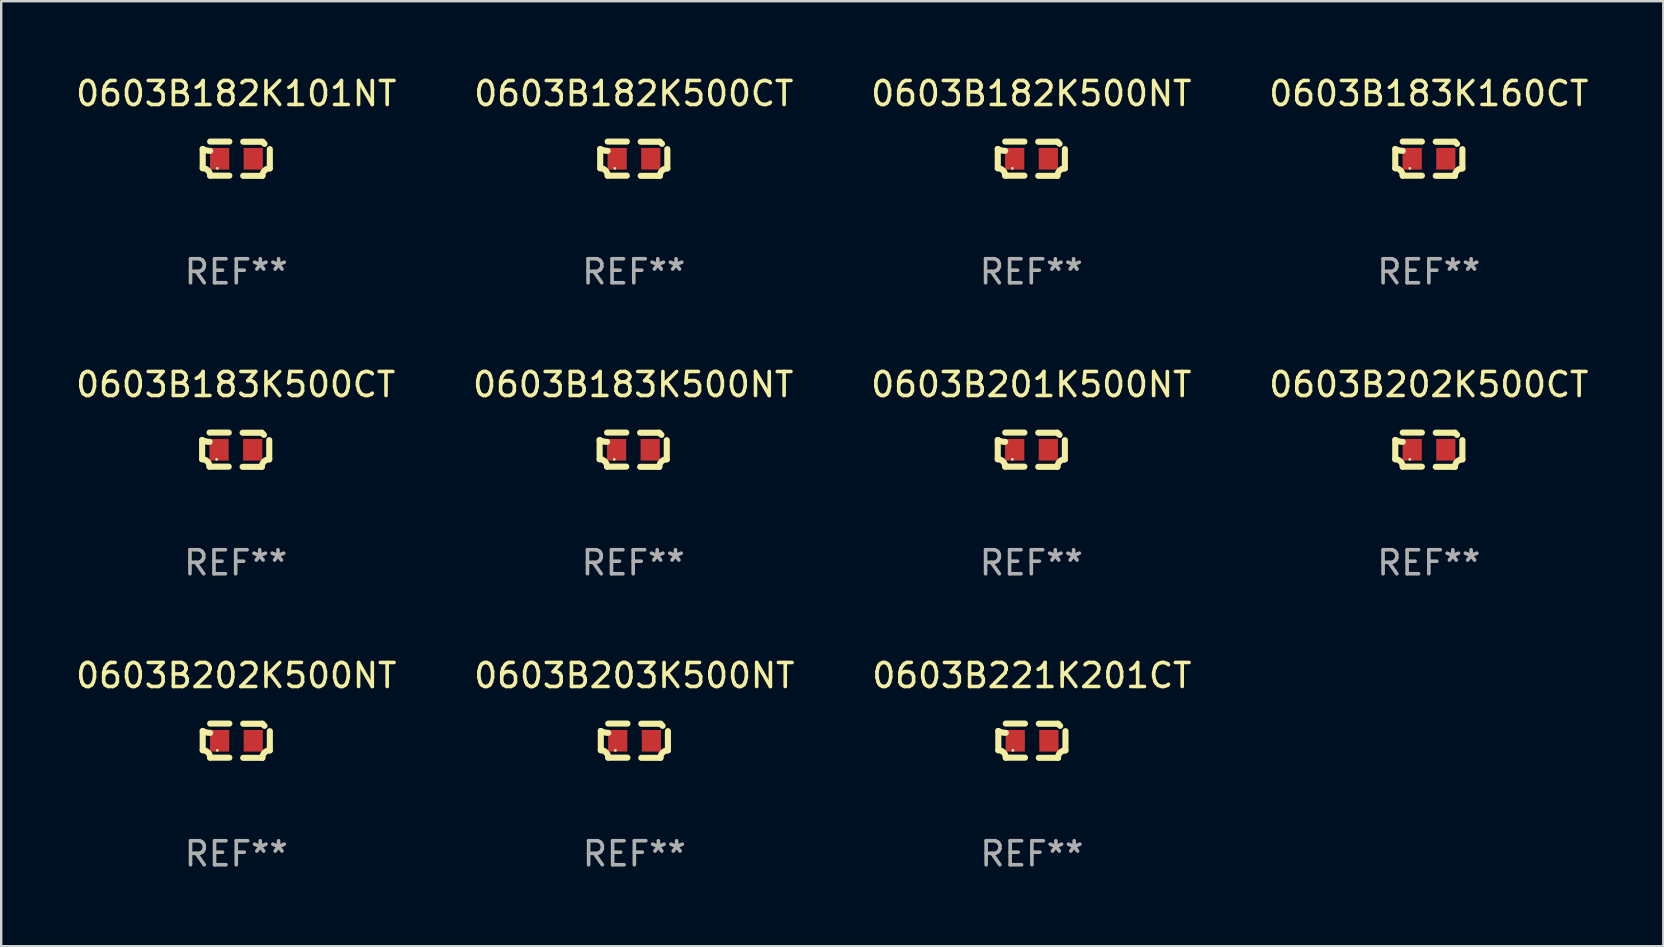
<source format=kicad_pcb>
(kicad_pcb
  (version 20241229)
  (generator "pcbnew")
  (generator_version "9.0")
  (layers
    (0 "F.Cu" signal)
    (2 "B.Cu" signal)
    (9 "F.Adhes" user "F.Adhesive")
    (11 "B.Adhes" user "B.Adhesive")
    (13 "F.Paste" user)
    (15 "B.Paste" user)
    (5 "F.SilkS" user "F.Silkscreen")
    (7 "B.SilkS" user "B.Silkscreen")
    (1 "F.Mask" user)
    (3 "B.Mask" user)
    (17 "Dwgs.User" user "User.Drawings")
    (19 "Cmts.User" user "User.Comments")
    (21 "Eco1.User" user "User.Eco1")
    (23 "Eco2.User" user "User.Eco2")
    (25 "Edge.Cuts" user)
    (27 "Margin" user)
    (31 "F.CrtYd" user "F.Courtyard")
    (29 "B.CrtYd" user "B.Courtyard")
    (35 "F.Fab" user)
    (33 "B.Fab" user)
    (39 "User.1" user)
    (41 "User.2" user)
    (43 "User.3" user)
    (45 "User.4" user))
  (footprint "0603B183K160CT"
    (layer "F.Cu")
    (at 56.47 3.561)
    (property "Reference" "0603B183K160CT" (at 0 -2.713 0) (layer "F.SilkS") (effects (font (size 1 1) (thickness 0.15))))
    (attr through_hole)
    (fp_line (start -1.398 -0.403) (end -1.398 0.397) (stroke (width 0.254) (type solid)) (layer "F.SilkS"))
    (fp_line (start -0.288 -0.713) (end -1.088 -0.713) (stroke (width 0.254) (type solid)) (layer "F.SilkS"))
    (fp_line (start -0.288 0.707) (end -1.088 0.707) (stroke (width 0.254) (type solid)) (layer "F.SilkS"))
    (fp_line (start 0.288 -0.707) (end 1.088 -0.707) (stroke (width 0.254) (type solid)) (layer "F.SilkS"))
    (fp_line (start 0.288 0.713) (end 1.088 0.713) (stroke (width 0.254) (type solid)) (layer "F.SilkS"))
    (fp_line (start 1.398 -0.397) (end 1.398 0.403) (stroke (width 0.254) (type solid)) (layer "F.SilkS"))
    (fp_arc (start -1.397789 0.397066) (mid -1.178701 0.487826) (end -1.08796 0.706922) (stroke (width 0.254001) (type solid)) (layer "F.SilkS"))
    (fp_arc (start -1.08796 -0.327176) (mid -1.247436 -0.346384) (end -1.39779 -0.402908) (stroke (width 0.254001) (type solid)) (layer "F.SilkS"))
    (fp_arc (start 1.087909 0.712738) (mid 1.178656 0.493655) (end 1.397739 0.402908) (stroke (width 0.254001) (type solid)) (layer "F.SilkS"))
    (fp_arc (start 1.175925 -0.618926) (mid 1.131917 -0.662923) (end 1.08791 -0.706922) (stroke (width 0.254001) (type solid)) (layer "F.SilkS"))
    (fp_circle (center -0.792 0.403) (end -0.762 0.403) (stroke (width 0.06) (type solid)) (fill no) (layer "F.SilkS"))
    (fp_text user "REF**" (at 0 4.713 0) (layer "F.Fab") (effects (font (size 1 1) (thickness 0.15))))
    (pad "1" smd rect (at -0.692 0.003) (size 0.8 0.9) (layers "F.Cu" "F.Mask" "F.Paste"))
    (pad "2" smd rect (at 0.708 0.003) (size 0.8 0.9) (layers "F.Cu" "F.Mask" "F.Paste")))
  (footprint "0603B183K500NT"
    (layer "F.Cu")
    (at 23.327 15.683)
    (property "Reference" "0603B183K500NT" (at 0 -2.713 0) (layer "F.SilkS") (effects (font (size 1 1) (thickness 0.15))))
    (attr through_hole)
    (fp_line (start -1.398 -0.403) (end -1.398 0.397) (stroke (width 0.254) (type solid)) (layer "F.SilkS"))
    (fp_line (start -0.288 -0.713) (end -1.088 -0.713) (stroke (width 0.254) (type solid)) (layer "F.SilkS"))
    (fp_line (start -0.288 0.707) (end -1.088 0.707) (stroke (width 0.254) (type solid)) (layer "F.SilkS"))
    (fp_line (start 0.288 -0.707) (end 1.088 -0.707) (stroke (width 0.254) (type solid)) (layer "F.SilkS"))
    (fp_line (start 0.288 0.713) (end 1.088 0.713) (stroke (width 0.254) (type solid)) (layer "F.SilkS"))
    (fp_line (start 1.398 -0.397) (end 1.398 0.403) (stroke (width 0.254) (type solid)) (layer "F.SilkS"))
    (fp_arc (start -1.397789 0.397066) (mid -1.178701 0.487826) (end -1.08796 0.706922) (stroke (width 0.254001) (type solid)) (layer "F.SilkS"))
    (fp_arc (start -1.08796 -0.327176) (mid -1.247436 -0.346384) (end -1.39779 -0.402908) (stroke (width 0.254001) (type solid)) (layer "F.SilkS"))
    (fp_arc (start 1.087909 0.712738) (mid 1.178656 0.493655) (end 1.397739 0.402908) (stroke (width 0.254001) (type solid)) (layer "F.SilkS"))
    (fp_arc (start 1.175925 -0.618926) (mid 1.131917 -0.662923) (end 1.08791 -0.706922) (stroke (width 0.254001) (type solid)) (layer "F.SilkS"))
    (fp_circle (center -0.792 0.403) (end -0.762 0.403) (stroke (width 0.06) (type solid)) (fill no) (layer "F.SilkS"))
    (fp_text user "REF**" (at 0 4.713 0) (layer "F.Fab") (effects (font (size 1 1) (thickness 0.15))))
    (pad "1" smd rect (at -0.692 0.003) (size 0.8 0.9) (layers "F.Cu" "F.Mask" "F.Paste"))
    (pad "2" smd rect (at 0.708 0.003) (size 0.8 0.9) (layers "F.Cu" "F.Mask" "F.Paste")))
  (footprint "0603B202K500CT"
    (layer "F.Cu")
    (at 56.47 15.683)
    (property "Reference" "0603B202K500CT" (at 0 -2.713 0) (layer "F.SilkS") (effects (font (size 1 1) (thickness 0.15))))
    (attr through_hole)
    (fp_line (start -1.398 -0.403) (end -1.398 0.397) (stroke (width 0.254) (type solid)) (layer "F.SilkS"))
    (fp_line (start -0.288 -0.713) (end -1.088 -0.713) (stroke (width 0.254) (type solid)) (layer "F.SilkS"))
    (fp_line (start -0.288 0.707) (end -1.088 0.707) (stroke (width 0.254) (type solid)) (layer "F.SilkS"))
    (fp_line (start 0.288 -0.707) (end 1.088 -0.707) (stroke (width 0.254) (type solid)) (layer "F.SilkS"))
    (fp_line (start 0.288 0.713) (end 1.088 0.713) (stroke (width 0.254) (type solid)) (layer "F.SilkS"))
    (fp_line (start 1.398 -0.397) (end 1.398 0.403) (stroke (width 0.254) (type solid)) (layer "F.SilkS"))
    (fp_arc (start -1.397789 0.397066) (mid -1.178701 0.487826) (end -1.08796 0.706922) (stroke (width 0.254001) (type solid)) (layer "F.SilkS"))
    (fp_arc (start -1.08796 -0.327176) (mid -1.247436 -0.346384) (end -1.39779 -0.402908) (stroke (width 0.254001) (type solid)) (layer "F.SilkS"))
    (fp_arc (start 1.087909 0.712738) (mid 1.178656 0.493655) (end 1.397739 0.402908) (stroke (width 0.254001) (type solid)) (layer "F.SilkS"))
    (fp_arc (start 1.175925 -0.618926) (mid 1.131917 -0.662923) (end 1.08791 -0.706922) (stroke (width 0.254001) (type solid)) (layer "F.SilkS"))
    (fp_circle (center -0.792 0.403) (end -0.762 0.403) (stroke (width 0.06) (type solid)) (fill no) (layer "F.SilkS"))
    (fp_text user "REF**" (at 0 4.713 0) (layer "F.Fab") (effects (font (size 1 1) (thickness 0.15))))
    (pad "1" smd rect (at -0.692 0.003) (size 0.8 0.9) (layers "F.Cu" "F.Mask" "F.Paste"))
    (pad "2" smd rect (at 0.708 0.003) (size 0.8 0.9) (layers "F.Cu" "F.Mask" "F.Paste")))
  (footprint "0603B183K500CT"
    (layer "F.Cu")
    (at 6.768 15.683)
    (property "Reference" "0603B183K500CT" (at 0 -2.713 0) (layer "F.SilkS") (effects (font (size 1 1) (thickness 0.15))))
    (attr through_hole)
    (fp_line (start -1.398 -0.403) (end -1.398 0.397) (stroke (width 0.254) (type solid)) (layer "F.SilkS"))
    (fp_line (start -0.288 -0.713) (end -1.088 -0.713) (stroke (width 0.254) (type solid)) (layer "F.SilkS"))
    (fp_line (start -0.288 0.707) (end -1.088 0.707) (stroke (width 0.254) (type solid)) (layer "F.SilkS"))
    (fp_line (start 0.288 -0.707) (end 1.088 -0.707) (stroke (width 0.254) (type solid)) (layer "F.SilkS"))
    (fp_line (start 0.288 0.713) (end 1.088 0.713) (stroke (width 0.254) (type solid)) (layer "F.SilkS"))
    (fp_line (start 1.398 -0.397) (end 1.398 0.403) (stroke (width 0.254) (type solid)) (layer "F.SilkS"))
    (fp_arc (start -1.397789 0.397066) (mid -1.178701 0.487826) (end -1.08796 0.706922) (stroke (width 0.254001) (type solid)) (layer "F.SilkS"))
    (fp_arc (start -1.08796 -0.327176) (mid -1.247436 -0.346384) (end -1.39779 -0.402908) (stroke (width 0.254001) (type solid)) (layer "F.SilkS"))
    (fp_arc (start 1.087909 0.712738) (mid 1.178656 0.493655) (end 1.397739 0.402908) (stroke (width 0.254001) (type solid)) (layer "F.SilkS"))
    (fp_arc (start 1.175925 -0.618926) (mid 1.131917 -0.662923) (end 1.08791 -0.706922) (stroke (width 0.254001) (type solid)) (layer "F.SilkS"))
    (fp_circle (center -0.792 0.403) (end -0.762 0.403) (stroke (width 0.06) (type solid)) (fill no) (layer "F.SilkS"))
    (fp_text user "REF**" (at 0 4.713 0) (layer "F.Fab") (effects (font (size 1 1) (thickness 0.15))))
    (pad "1" smd rect (at -0.692 0.003) (size 0.8 0.9) (layers "F.Cu" "F.Mask" "F.Paste"))
    (pad "2" smd rect (at 0.708 0.003) (size 0.8 0.9) (layers "F.Cu" "F.Mask" "F.Paste")))
  (footprint "0603B182K101NT"
    (layer "F.Cu")
    (at 6.792 3.561)
    (property "Reference" "0603B182K101NT" (at 0 -2.713 0) (layer "F.SilkS") (effects (font (size 1 1) (thickness 0.15))))
    (attr through_hole)
    (fp_line (start -1.398 -0.403) (end -1.398 0.397) (stroke (width 0.254) (type solid)) (layer "F.SilkS"))
    (fp_line (start -0.288 -0.713) (end -1.088 -0.713) (stroke (width 0.254) (type solid)) (layer "F.SilkS"))
    (fp_line (start -0.288 0.707) (end -1.088 0.707) (stroke (width 0.254) (type solid)) (layer "F.SilkS"))
    (fp_line (start 0.288 -0.707) (end 1.088 -0.707) (stroke (width 0.254) (type solid)) (layer "F.SilkS"))
    (fp_line (start 0.288 0.713) (end 1.088 0.713) (stroke (width 0.254) (type solid)) (layer "F.SilkS"))
    (fp_line (start 1.398 -0.397) (end 1.398 0.403) (stroke (width 0.254) (type solid)) (layer "F.SilkS"))
    (fp_arc (start -1.397789 0.397066) (mid -1.178701 0.487826) (end -1.08796 0.706922) (stroke (width 0.254001) (type solid)) (layer "F.SilkS"))
    (fp_arc (start -1.08796 -0.327176) (mid -1.247436 -0.346384) (end -1.39779 -0.402908) (stroke (width 0.254001) (type solid)) (layer "F.SilkS"))
    (fp_arc (start 1.087909 0.712738) (mid 1.178656 0.493655) (end 1.397739 0.402908) (stroke (width 0.254001) (type solid)) (layer "F.SilkS"))
    (fp_arc (start 1.175925 -0.618926) (mid 1.131917 -0.662923) (end 1.08791 -0.706922) (stroke (width 0.254001) (type solid)) (layer "F.SilkS"))
    (fp_circle (center -0.792 0.403) (end -0.762 0.403) (stroke (width 0.06) (type solid)) (fill no) (layer "F.SilkS"))
    (fp_text user "REF**" (at 0 4.713 0) (layer "F.Fab") (effects (font (size 1 1) (thickness 0.15))))
    (pad "1" smd rect (at -0.692 0.003) (size 0.8 0.9) (layers "F.Cu" "F.Mask" "F.Paste"))
    (pad "2" smd rect (at 0.708 0.003) (size 0.8 0.9) (layers "F.Cu" "F.Mask" "F.Paste")))
  (footprint "0603B203K500NT"
    (layer "F.Cu")
    (at 23.375 27.805)
    (property "Reference" "0603B203K500NT" (at 0 -2.713 0) (layer "F.SilkS") (effects (font (size 1 1) (thickness 0.15))))
    (attr through_hole)
    (fp_line (start -1.398 -0.403) (end -1.398 0.397) (stroke (width 0.254) (type solid)) (layer "F.SilkS"))
    (fp_line (start -0.288 -0.713) (end -1.088 -0.713) (stroke (width 0.254) (type solid)) (layer "F.SilkS"))
    (fp_line (start -0.288 0.707) (end -1.088 0.707) (stroke (width 0.254) (type solid)) (layer "F.SilkS"))
    (fp_line (start 0.288 -0.707) (end 1.088 -0.707) (stroke (width 0.254) (type solid)) (layer "F.SilkS"))
    (fp_line (start 0.288 0.713) (end 1.088 0.713) (stroke (width 0.254) (type solid)) (layer "F.SilkS"))
    (fp_line (start 1.398 -0.397) (end 1.398 0.403) (stroke (width 0.254) (type solid)) (layer "F.SilkS"))
    (fp_arc (start -1.397789 0.397066) (mid -1.178701 0.487826) (end -1.08796 0.706922) (stroke (width 0.254001) (type solid)) (layer "F.SilkS"))
    (fp_arc (start -1.08796 -0.327176) (mid -1.247436 -0.346384) (end -1.39779 -0.402908) (stroke (width 0.254001) (type solid)) (layer "F.SilkS"))
    (fp_arc (start 1.087909 0.712738) (mid 1.178656 0.493655) (end 1.397739 0.402908) (stroke (width 0.254001) (type solid)) (layer "F.SilkS"))
    (fp_arc (start 1.175925 -0.618926) (mid 1.131917 -0.662923) (end 1.08791 -0.706922) (stroke (width 0.254001) (type solid)) (layer "F.SilkS"))
    (fp_circle (center -0.792 0.403) (end -0.762 0.403) (stroke (width 0.06) (type solid)) (fill no) (layer "F.SilkS"))
    (fp_text user "REF**" (at 0 4.713 0) (layer "F.Fab") (effects (font (size 1 1) (thickness 0.15))))
    (pad "1" smd rect (at -0.692 0.003) (size 0.8 0.9) (layers "F.Cu" "F.Mask" "F.Paste"))
    (pad "2" smd rect (at 0.708 0.003) (size 0.8 0.9) (layers "F.Cu" "F.Mask" "F.Paste")))
  (footprint "0603B182K500NT"
    (layer "F.Cu")
    (at 39.911 3.561)
    (property "Reference" "0603B182K500NT" (at 0 -2.713 0) (layer "F.SilkS") (effects (font (size 1 1) (thickness 0.15))))
    (attr through_hole)
    (fp_line (start -1.398 -0.403) (end -1.398 0.397) (stroke (width 0.254) (type solid)) (layer "F.SilkS"))
    (fp_line (start -0.288 -0.713) (end -1.088 -0.713) (stroke (width 0.254) (type solid)) (layer "F.SilkS"))
    (fp_line (start -0.288 0.707) (end -1.088 0.707) (stroke (width 0.254) (type solid)) (layer "F.SilkS"))
    (fp_line (start 0.288 -0.707) (end 1.088 -0.707) (stroke (width 0.254) (type solid)) (layer "F.SilkS"))
    (fp_line (start 0.288 0.713) (end 1.088 0.713) (stroke (width 0.254) (type solid)) (layer "F.SilkS"))
    (fp_line (start 1.398 -0.397) (end 1.398 0.403) (stroke (width 0.254) (type solid)) (layer "F.SilkS"))
    (fp_arc (start -1.397789 0.397066) (mid -1.178701 0.487826) (end -1.08796 0.706922) (stroke (width 0.254001) (type solid)) (layer "F.SilkS"))
    (fp_arc (start -1.08796 -0.327176) (mid -1.247436 -0.346384) (end -1.39779 -0.402908) (stroke (width 0.254001) (type solid)) (layer "F.SilkS"))
    (fp_arc (start 1.087909 0.712738) (mid 1.178656 0.493655) (end 1.397739 0.402908) (stroke (width 0.254001) (type solid)) (layer "F.SilkS"))
    (fp_arc (start 1.175925 -0.618926) (mid 1.131917 -0.662923) (end 1.08791 -0.706922) (stroke (width 0.254001) (type solid)) (layer "F.SilkS"))
    (fp_circle (center -0.792 0.403) (end -0.762 0.403) (stroke (width 0.06) (type solid)) (fill no) (layer "F.SilkS"))
    (fp_text user "REF**" (at 0 4.713 0) (layer "F.Fab") (effects (font (size 1 1) (thickness 0.15))))
    (pad "1" smd rect (at -0.692 0.003) (size 0.8 0.9) (layers "F.Cu" "F.Mask" "F.Paste"))
    (pad "2" smd rect (at 0.708 0.003) (size 0.8 0.9) (layers "F.Cu" "F.Mask" "F.Paste")))
  (footprint "0603B202K500NT"
    (layer "F.Cu")
    (at 6.792 27.805)
    (property "Reference" "0603B202K500NT" (at 0 -2.713 0) (layer "F.SilkS") (effects (font (size 1 1) (thickness 0.15))))
    (attr through_hole)
    (fp_line (start -1.398 -0.403) (end -1.398 0.397) (stroke (width 0.254) (type solid)) (layer "F.SilkS"))
    (fp_line (start -0.288 -0.713) (end -1.088 -0.713) (stroke (width 0.254) (type solid)) (layer "F.SilkS"))
    (fp_line (start -0.288 0.707) (end -1.088 0.707) (stroke (width 0.254) (type solid)) (layer "F.SilkS"))
    (fp_line (start 0.288 -0.707) (end 1.088 -0.707) (stroke (width 0.254) (type solid)) (layer "F.SilkS"))
    (fp_line (start 0.288 0.713) (end 1.088 0.713) (stroke (width 0.254) (type solid)) (layer "F.SilkS"))
    (fp_line (start 1.398 -0.397) (end 1.398 0.403) (stroke (width 0.254) (type solid)) (layer "F.SilkS"))
    (fp_arc (start -1.397789 0.397066) (mid -1.178701 0.487826) (end -1.08796 0.706922) (stroke (width 0.254001) (type solid)) (layer "F.SilkS"))
    (fp_arc (start -1.08796 -0.327176) (mid -1.247436 -0.346384) (end -1.39779 -0.402908) (stroke (width 0.254001) (type solid)) (layer "F.SilkS"))
    (fp_arc (start 1.087909 0.712738) (mid 1.178656 0.493655) (end 1.397739 0.402908) (stroke (width 0.254001) (type solid)) (layer "F.SilkS"))
    (fp_arc (start 1.175925 -0.618926) (mid 1.131917 -0.662923) (end 1.08791 -0.706922) (stroke (width 0.254001) (type solid)) (layer "F.SilkS"))
    (fp_circle (center -0.792 0.403) (end -0.762 0.403) (stroke (width 0.06) (type solid)) (fill no) (layer "F.SilkS"))
    (fp_text user "REF**" (at 0 4.713 0) (layer "F.Fab") (effects (font (size 1 1) (thickness 0.15))))
    (pad "1" smd rect (at -0.692 0.003) (size 0.8 0.9) (layers "F.Cu" "F.Mask" "F.Paste"))
    (pad "2" smd rect (at 0.708 0.003) (size 0.8 0.9) (layers "F.Cu" "F.Mask" "F.Paste")))
  (footprint "0603B221K201CT"
    (layer "F.Cu")
    (at 39.935 27.805)
    (property "Reference" "0603B221K201CT" (at 0 -2.713 0) (layer "F.SilkS") (effects (font (size 1 1) (thickness 0.15))))
    (attr through_hole)
    (fp_line (start -1.398 -0.403) (end -1.398 0.397) (stroke (width 0.254) (type solid)) (layer "F.SilkS"))
    (fp_line (start -0.288 -0.713) (end -1.088 -0.713) (stroke (width 0.254) (type solid)) (layer "F.SilkS"))
    (fp_line (start -0.288 0.707) (end -1.088 0.707) (stroke (width 0.254) (type solid)) (layer "F.SilkS"))
    (fp_line (start 0.288 -0.707) (end 1.088 -0.707) (stroke (width 0.254) (type solid)) (layer "F.SilkS"))
    (fp_line (start 0.288 0.713) (end 1.088 0.713) (stroke (width 0.254) (type solid)) (layer "F.SilkS"))
    (fp_line (start 1.398 -0.397) (end 1.398 0.403) (stroke (width 0.254) (type solid)) (layer "F.SilkS"))
    (fp_arc (start -1.397789 0.397066) (mid -1.178701 0.487826) (end -1.08796 0.706922) (stroke (width 0.254001) (type solid)) (layer "F.SilkS"))
    (fp_arc (start -1.08796 -0.327176) (mid -1.247436 -0.346384) (end -1.39779 -0.402908) (stroke (width 0.254001) (type solid)) (layer "F.SilkS"))
    (fp_arc (start 1.087909 0.712738) (mid 1.178656 0.493655) (end 1.397739 0.402908) (stroke (width 0.254001) (type solid)) (layer "F.SilkS"))
    (fp_arc (start 1.175925 -0.618926) (mid 1.131917 -0.662923) (end 1.08791 -0.706922) (stroke (width 0.254001) (type solid)) (layer "F.SilkS"))
    (fp_circle (center -0.792 0.403) (end -0.762 0.403) (stroke (width 0.06) (type solid)) (fill no) (layer "F.SilkS"))
    (fp_text user "REF**" (at 0 4.713 0) (layer "F.Fab") (effects (font (size 1 1) (thickness 0.15))))
    (pad "1" smd rect (at -0.692 0.003) (size 0.8 0.9) (layers "F.Cu" "F.Mask" "F.Paste"))
    (pad "2" smd rect (at 0.708 0.003) (size 0.8 0.9) (layers "F.Cu" "F.Mask" "F.Paste")))
  (footprint "0603B201K500NT"
    (layer "F.Cu")
    (at 39.911 15.683)
    (property "Reference" "0603B201K500NT" (at 0 -2.713 0) (layer "F.SilkS") (effects (font (size 1 1) (thickness 0.15))))
    (attr through_hole)
    (fp_line (start -1.398 -0.403) (end -1.398 0.397) (stroke (width 0.254) (type solid)) (layer "F.SilkS"))
    (fp_line (start -0.288 -0.713) (end -1.088 -0.713) (stroke (width 0.254) (type solid)) (layer "F.SilkS"))
    (fp_line (start -0.288 0.707) (end -1.088 0.707) (stroke (width 0.254) (type solid)) (layer "F.SilkS"))
    (fp_line (start 0.288 -0.707) (end 1.088 -0.707) (stroke (width 0.254) (type solid)) (layer "F.SilkS"))
    (fp_line (start 0.288 0.713) (end 1.088 0.713) (stroke (width 0.254) (type solid)) (layer "F.SilkS"))
    (fp_line (start 1.398 -0.397) (end 1.398 0.403) (stroke (width 0.254) (type solid)) (layer "F.SilkS"))
    (fp_arc (start -1.397789 0.397066) (mid -1.178701 0.487826) (end -1.08796 0.706922) (stroke (width 0.254001) (type solid)) (layer "F.SilkS"))
    (fp_arc (start -1.08796 -0.327176) (mid -1.247436 -0.346384) (end -1.39779 -0.402908) (stroke (width 0.254001) (type solid)) (layer "F.SilkS"))
    (fp_arc (start 1.087909 0.712738) (mid 1.178656 0.493655) (end 1.397739 0.402908) (stroke (width 0.254001) (type solid)) (layer "F.SilkS"))
    (fp_arc (start 1.175925 -0.618926) (mid 1.131917 -0.662923) (end 1.08791 -0.706922) (stroke (width 0.254001) (type solid)) (layer "F.SilkS"))
    (fp_circle (center -0.792 0.403) (end -0.762 0.403) (stroke (width 0.06) (type solid)) (fill no) (layer "F.SilkS"))
    (fp_text user "REF**" (at 0 4.713 0) (layer "F.Fab") (effects (font (size 1 1) (thickness 0.15))))
    (pad "1" smd rect (at -0.692 0.003) (size 0.8 0.9) (layers "F.Cu" "F.Mask" "F.Paste"))
    (pad "2" smd rect (at 0.708 0.003) (size 0.8 0.9) (layers "F.Cu" "F.Mask" "F.Paste")))
  (footprint "0603B182K500CT"
    (layer "F.Cu")
    (at 23.351 3.561)
    (property "Reference" "0603B182K500CT" (at 0 -2.713 0) (layer "F.SilkS") (effects (font (size 1 1) (thickness 0.15))))
    (attr through_hole)
    (fp_line (start -1.398 -0.403) (end -1.398 0.397) (stroke (width 0.254) (type solid)) (layer "F.SilkS"))
    (fp_line (start -0.288 -0.713) (end -1.088 -0.713) (stroke (width 0.254) (type solid)) (layer "F.SilkS"))
    (fp_line (start -0.288 0.707) (end -1.088 0.707) (stroke (width 0.254) (type solid)) (layer "F.SilkS"))
    (fp_line (start 0.288 -0.707) (end 1.088 -0.707) (stroke (width 0.254) (type solid)) (layer "F.SilkS"))
    (fp_line (start 0.288 0.713) (end 1.088 0.713) (stroke (width 0.254) (type solid)) (layer "F.SilkS"))
    (fp_line (start 1.398 -0.397) (end 1.398 0.403) (stroke (width 0.254) (type solid)) (layer "F.SilkS"))
    (fp_arc (start -1.397789 0.397066) (mid -1.178701 0.487826) (end -1.08796 0.706922) (stroke (width 0.254001) (type solid)) (layer "F.SilkS"))
    (fp_arc (start -1.08796 -0.327176) (mid -1.247436 -0.346384) (end -1.39779 -0.402908) (stroke (width 0.254001) (type solid)) (layer "F.SilkS"))
    (fp_arc (start 1.087909 0.712738) (mid 1.178656 0.493655) (end 1.397739 0.402908) (stroke (width 0.254001) (type solid)) (layer "F.SilkS"))
    (fp_arc (start 1.175925 -0.618926) (mid 1.131917 -0.662923) (end 1.08791 -0.706922) (stroke (width 0.254001) (type solid)) (layer "F.SilkS"))
    (fp_circle (center -0.792 0.403) (end -0.762 0.403) (stroke (width 0.06) (type solid)) (fill no) (layer "F.SilkS"))
    (fp_text user "REF**" (at 0 4.713 0) (layer "F.Fab") (effects (font (size 1 1) (thickness 0.15))))
    (pad "1" smd rect (at -0.692 0.003) (size 0.8 0.9) (layers "F.Cu" "F.Mask" "F.Paste"))
    (pad "2" smd rect (at 0.708 0.003) (size 0.8 0.9) (layers "F.Cu" "F.Mask" "F.Paste")))
  (gr_rect
    (start -3 -3)
    (end 66.238 36.366)
    (stroke (width 0.1) (type default))
    (fill no)
    (layer "Edge.Cuts")))
</source>
